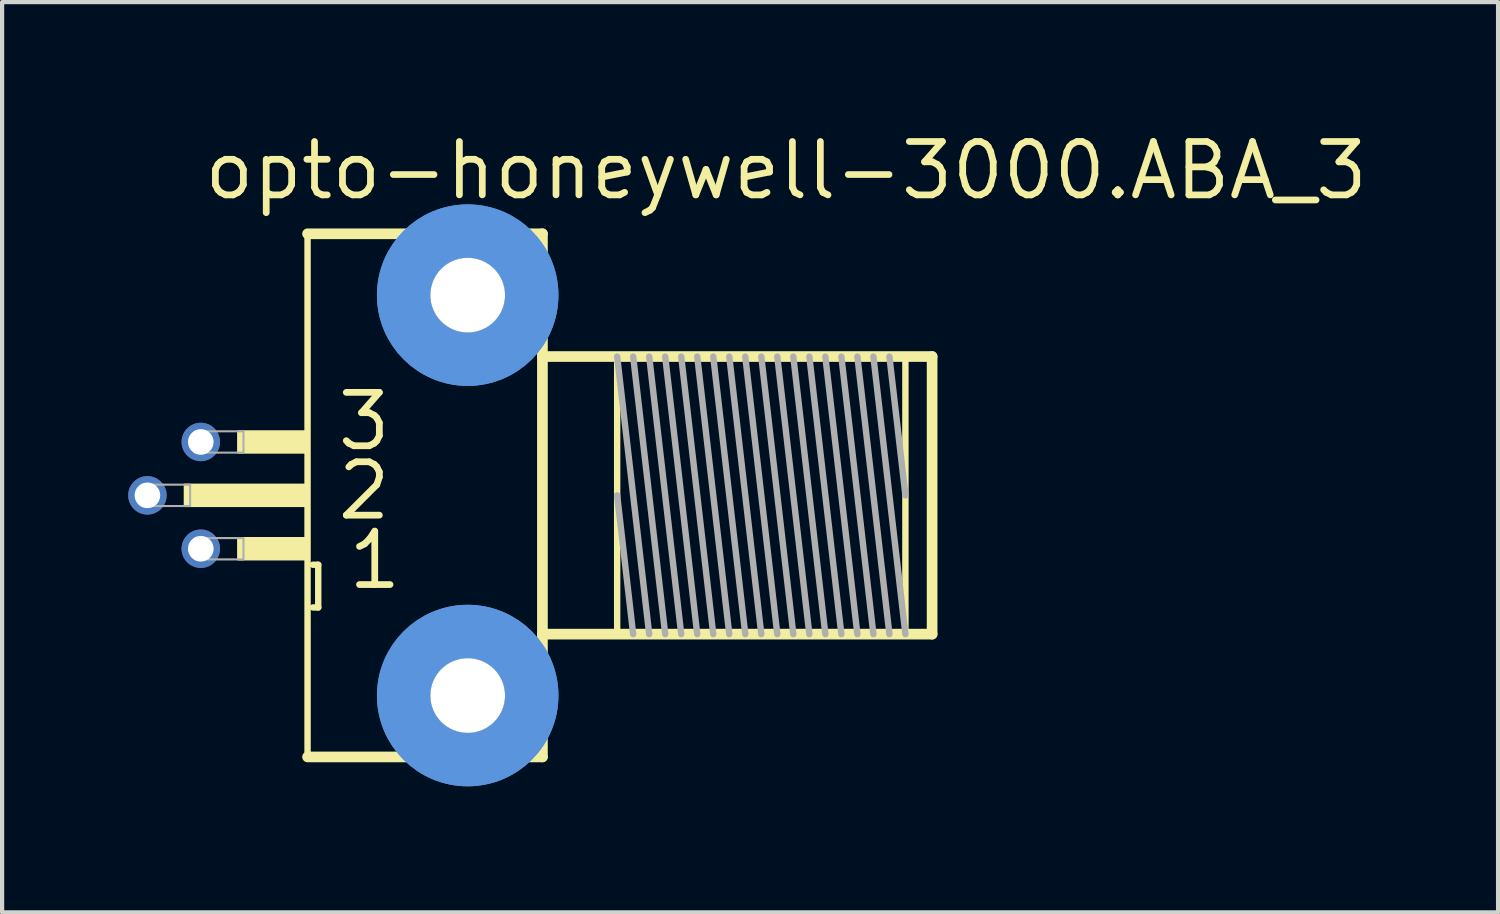
<source format=kicad_pcb>
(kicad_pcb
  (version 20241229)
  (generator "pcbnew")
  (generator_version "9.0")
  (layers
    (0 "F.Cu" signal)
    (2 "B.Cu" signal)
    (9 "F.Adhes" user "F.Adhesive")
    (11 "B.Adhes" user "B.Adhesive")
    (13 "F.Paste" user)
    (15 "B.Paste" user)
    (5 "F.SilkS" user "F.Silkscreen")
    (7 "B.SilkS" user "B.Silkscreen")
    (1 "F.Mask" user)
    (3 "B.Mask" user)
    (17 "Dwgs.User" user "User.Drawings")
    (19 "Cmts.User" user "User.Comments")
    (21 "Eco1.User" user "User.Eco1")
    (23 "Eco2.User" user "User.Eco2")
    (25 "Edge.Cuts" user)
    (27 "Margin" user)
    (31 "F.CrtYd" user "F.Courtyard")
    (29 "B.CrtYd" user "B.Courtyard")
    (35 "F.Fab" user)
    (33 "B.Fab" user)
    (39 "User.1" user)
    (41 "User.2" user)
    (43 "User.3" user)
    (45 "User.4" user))
  (footprint "opto-honeywell-3000.ABA_3"
    (layer "F.Cu")
    (at 8.077 8.735)
    (property "Reference" "opto-honeywell-3000.ABA_3" (at -6.35 -6.985 0) (layer "F.SilkS") (effects (font (size 1.27 1.27) (thickness 0.16)) (justify left bottom)))
    (attr through_hole)
    (fp_line (start -3.81 -6.223) (end -3.81 6.223) (stroke (width 0.152) (type default)) (layer "F.SilkS"))
    (fp_line (start -3.81 6.223) (end 1.778 6.223) (stroke (width 0.254) (type default)) (layer "F.SilkS"))
    (fp_line (start -3.683 1.651) (end -3.556 1.651) (stroke (width 0.152) (type default)) (layer "F.SilkS"))
    (fp_line (start -3.556 1.651) (end -3.556 2.667) (stroke (width 0.152) (type default)) (layer "F.SilkS"))
    (fp_line (start -3.556 2.667) (end -3.683 2.667) (stroke (width 0.152) (type default)) (layer "F.SilkS"))
    (fp_line (start 1.778 -6.223) (end -3.81 -6.223) (stroke (width 0.254) (type default)) (layer "F.SilkS"))
    (fp_line (start 1.778 -3.302) (end 11.049 -3.302) (stroke (width 0.254) (type default)) (layer "F.SilkS"))
    (fp_line (start 1.778 6.223) (end 1.778 -6.223) (stroke (width 0.254) (type default)) (layer "F.SilkS"))
    (fp_line (start 3.556 3.175) (end 3.556 -3.302) (stroke (width 0.152) (type default)) (layer "F.SilkS"))
    (fp_line (start 10.414 3.175) (end 10.414 -3.175) (stroke (width 0.152) (type default)) (layer "F.SilkS"))
    (fp_line (start 11.049 -3.302) (end 11.049 3.302) (stroke (width 0.254) (type default)) (layer "F.SilkS"))
    (fp_line (start 11.049 3.302) (end 1.778 3.302) (stroke (width 0.254) (type default)) (layer "F.SilkS"))
    (fp_rect (start -6.731 0.254) (end -3.81 -0.254) (stroke (width 0.05) (type default)) (fill yes) (layer "F.SilkS"))
    (fp_rect (start -5.461 -1.016) (end -3.81 -1.524) (stroke (width 0.05) (type default)) (fill yes) (layer "F.SilkS"))
    (fp_rect (start -5.461 1.524) (end -3.81 1.016) (stroke (width 0.05) (type default)) (fill yes) (layer "F.SilkS"))
    (fp_circle (center 0 -4.763) (end 1.524 -4.763) (stroke (width 1.27) (type default)) (fill no) (layer "Cmts.User"))
    (fp_circle (center 0 -4.763) (end 1.524 -4.763) (stroke (width 1.27) (type default)) (fill no) (layer "Cmts.User"))
    (fp_circle (center 0 4.763) (end 1.524 4.763) (stroke (width 1.27) (type default)) (fill no) (layer "Cmts.User"))
    (fp_circle (center 0 4.763) (end 1.524 4.763) (stroke (width 1.27) (type default)) (fill no) (layer "Cmts.User"))
    (fp_line (start 3.556 -3.302) (end 4.318 3.302) (stroke (width 0.152) (type default)) (layer "F.Fab"))
    (fp_line (start 3.937 -3.302) (end 4.699 3.302) (stroke (width 0.152) (type default)) (layer "F.Fab"))
    (fp_line (start 3.937 3.302) (end 3.556 0) (stroke (width 0.152) (type default)) (layer "F.Fab"))
    (fp_line (start 4.318 -3.302) (end 5.08 3.302) (stroke (width 0.152) (type default)) (layer "F.Fab"))
    (fp_line (start 4.699 -3.302) (end 5.461 3.302) (stroke (width 0.152) (type default)) (layer "F.Fab"))
    (fp_line (start 5.08 -3.302) (end 5.842 3.302) (stroke (width 0.152) (type default)) (layer "F.Fab"))
    (fp_line (start 5.461 -3.302) (end 6.223 3.302) (stroke (width 0.152) (type default)) (layer "F.Fab"))
    (fp_line (start 5.842 -3.302) (end 6.604 3.302) (stroke (width 0.152) (type default)) (layer "F.Fab"))
    (fp_line (start 6.223 -3.302) (end 6.985 3.302) (stroke (width 0.152) (type default)) (layer "F.Fab"))
    (fp_line (start 6.604 -3.302) (end 7.366 3.302) (stroke (width 0.152) (type default)) (layer "F.Fab"))
    (fp_line (start 6.985 -3.302) (end 7.747 3.302) (stroke (width 0.152) (type default)) (layer "F.Fab"))
    (fp_line (start 7.366 -3.302) (end 8.128 3.302) (stroke (width 0.152) (type default)) (layer "F.Fab"))
    (fp_line (start 7.747 -3.302) (end 8.509 3.302) (stroke (width 0.152) (type default)) (layer "F.Fab"))
    (fp_line (start 8.128 -3.302) (end 8.89 3.302) (stroke (width 0.152) (type default)) (layer "F.Fab"))
    (fp_line (start 8.509 -3.302) (end 9.271 3.302) (stroke (width 0.152) (type default)) (layer "F.Fab"))
    (fp_line (start 8.89 -3.302) (end 9.652 3.302) (stroke (width 0.152) (type default)) (layer "F.Fab"))
    (fp_line (start 9.271 -3.302) (end 10.033 3.302) (stroke (width 0.152) (type default)) (layer "F.Fab"))
    (fp_line (start 9.652 -3.302) (end 10.414 3.302) (stroke (width 0.152) (type default)) (layer "F.Fab"))
    (fp_line (start 10.414 0) (end 10.033 -3.302) (stroke (width 0.152) (type default)) (layer "F.Fab"))
    (fp_rect (start -7.747 0.254) (end -6.604 -0.254) (stroke (width 0.05) (type default)) (fill no) (layer "F.Fab"))
    (fp_rect (start -6.477 -1.016) (end -5.334 -1.524) (stroke (width 0.05) (type default)) (fill no) (layer "F.Fab"))
    (fp_rect (start -6.477 1.524) (end -5.334 1.016) (stroke (width 0.05) (type default)) (fill no) (layer "F.Fab"))
    (fp_text user "1" (at -2.921 2.286 0) (layer "F.SilkS") (effects (font (size 1.27 1.27) (thickness 0.16)) (justify left bottom)))
    (fp_text user "3" (at -3.175 -1.016 0) (layer "F.SilkS") (effects (font (size 1.27 1.27) (thickness 0.16)) (justify left bottom)))
    (fp_text user "2" (at -3.175 0.635 0) (layer "F.SilkS") (effects (font (size 1.27 1.27) (thickness 0.16)) (justify left bottom)))
    (pad "" np_thru_hole circle (at 0 -4.763) (size 1.778 1.778) (drill 1.778) (layers "*.Cu" "*.Mask"))
    (pad "" np_thru_hole circle (at 0 4.763) (size 1.778 1.778) (drill 1.778) (layers "*.Cu" "*.Mask"))
    (pad "1" thru_hole circle (at -6.35 1.27) (size 0.914 0.914) (drill 0.61) (layers "*.Cu" "*.Mask"))
    (pad "2" thru_hole circle (at -7.62 0) (size 0.914 0.914) (drill 0.61) (layers "*.Cu" "*.Mask"))
    (pad "3" thru_hole circle (at -6.35 -1.27) (size 0.914 0.914) (drill 0.61) (layers "*.Cu" "*.Mask")))
  (gr_rect
    (start -3 -3)
    (end 32.591 18.657)
    (stroke (width 0.1) (type default))
    (fill no)
    (layer "Edge.Cuts")))
</source>
